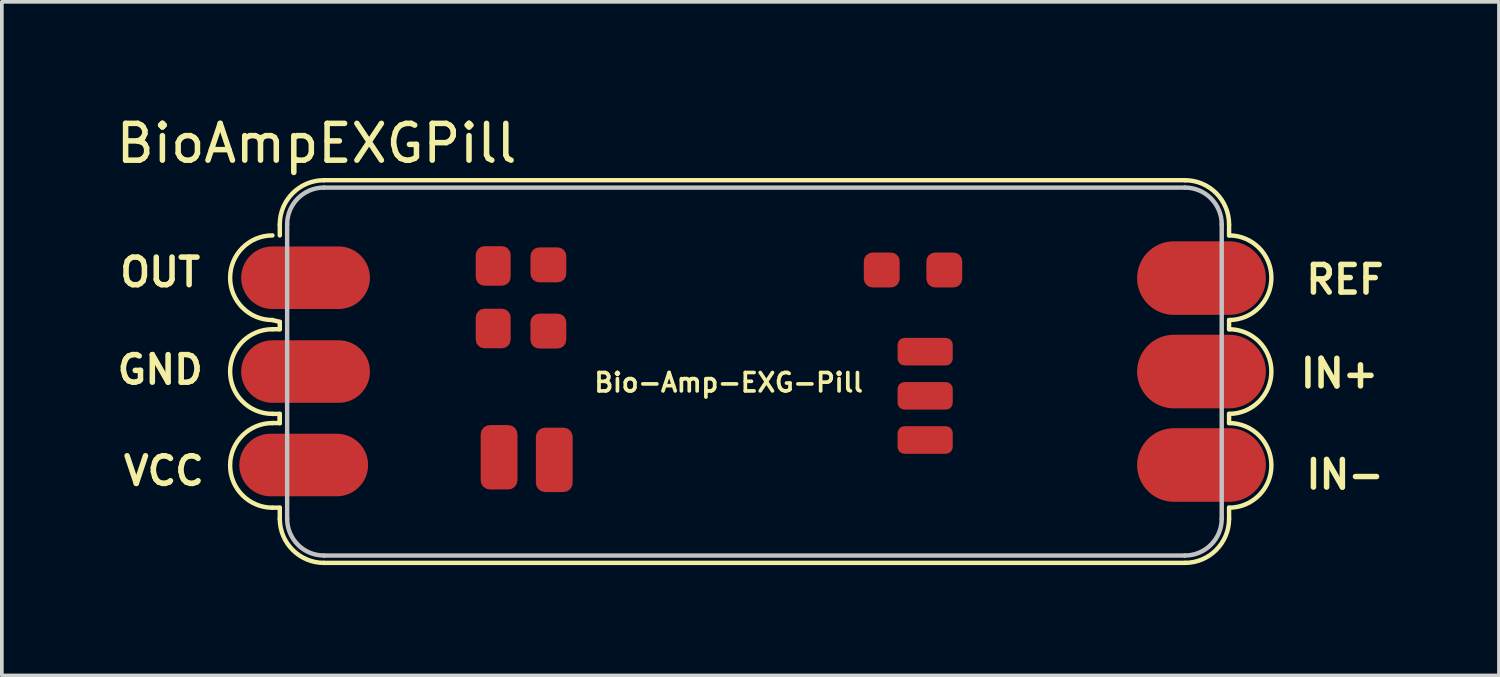
<source format=kicad_pcb>
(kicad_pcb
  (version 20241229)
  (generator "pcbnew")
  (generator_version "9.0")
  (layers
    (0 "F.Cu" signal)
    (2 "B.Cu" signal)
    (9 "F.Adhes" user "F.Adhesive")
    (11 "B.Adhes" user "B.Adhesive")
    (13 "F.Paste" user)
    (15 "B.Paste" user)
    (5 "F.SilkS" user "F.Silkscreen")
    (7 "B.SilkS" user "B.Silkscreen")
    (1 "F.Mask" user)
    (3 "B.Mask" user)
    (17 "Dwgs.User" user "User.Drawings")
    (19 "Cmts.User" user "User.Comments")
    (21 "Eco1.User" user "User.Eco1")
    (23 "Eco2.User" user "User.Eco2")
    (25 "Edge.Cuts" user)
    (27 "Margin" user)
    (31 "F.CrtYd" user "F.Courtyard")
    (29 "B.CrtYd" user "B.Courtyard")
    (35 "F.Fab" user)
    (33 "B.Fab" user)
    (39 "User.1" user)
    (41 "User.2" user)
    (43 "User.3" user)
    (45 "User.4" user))
  (footprint "BioAmpEXGPill"
    (layer "F.Cu")
    (at 4.754 12.048)
    (property "Reference" "BioAmpEXGPill" (at 0.8 -11.2 0) (layer "F.SilkS") (effects (font (size 1 1) (thickness 0.15))))
    (attr through_hole)
    (fp_line (start -0.4 -6.4) (end -0.2 -6.35) (stroke (width 0.12) (type solid)) (layer "F.SilkS"))
    (fp_line (start -0.4 -6.15) (end -0.2 -6.15) (stroke (width 0.12) (type solid)) (layer "F.SilkS"))
    (fp_line (start -0.4 -3.85) (end -0.2 -3.85) (stroke (width 0.12) (type solid)) (layer "F.SilkS"))
    (fp_line (start -0.4 -3.6) (end -0.2 -3.6) (stroke (width 0.12) (type solid)) (layer "F.SilkS"))
    (fp_line (start -0.2 -9) (end -0.2 -8.7) (stroke (width 0.12) (type solid)) (layer "F.SilkS"))
    (fp_line (start -0.2 -6.35) (end -0.2 -6.15) (stroke (width 0.12) (type solid)) (layer "F.SilkS"))
    (fp_line (start -0.2 -3.85) (end -0.2 -3.6) (stroke (width 0.12) (type solid)) (layer "F.SilkS"))
    (fp_line (start -0.2 -3.6) (end -0.2 -3.8) (stroke (width 0.12) (type solid)) (layer "F.SilkS"))
    (fp_line (start -0.2 -1.3) (end -0.4 -1.3) (stroke (width 0.12) (type solid)) (layer "F.SilkS"))
    (fp_line (start -0.2 -1.3) (end -0.2 -1) (stroke (width 0.12) (type solid)) (layer "F.SilkS"))
    (fp_line (start 24.4 -10.2) (end 1 -10.2) (stroke (width 0.12) (type solid)) (layer "F.SilkS"))
    (fp_line (start 24.4 0.2) (end 1 0.2) (stroke (width 0.12) (type solid)) (layer "F.SilkS"))
    (fp_line (start 25.6 -9) (end 25.6 -8.7) (stroke (width 0.12) (type solid)) (layer "F.SilkS"))
    (fp_line (start 25.6 -6.4) (end 25.6 -6.15) (stroke (width 0.12) (type solid)) (layer "F.SilkS"))
    (fp_line (start 25.6 -3.85) (end 25.6 -3.6) (stroke (width 0.12) (type solid)) (layer "F.SilkS"))
    (fp_line (start 25.6 -1.3) (end 25.6 -1) (stroke (width 0.12) (type solid)) (layer "F.SilkS"))
    (fp_arc (start -0.4 -6.4) (mid -1.55 -7.55) (end -0.4 -8.7) (stroke (width 0.12) (type solid)) (layer "F.SilkS"))
    (fp_arc (start -0.4 -3.85) (mid -1.55 -5) (end -0.4 -6.15) (stroke (width 0.12) (type solid)) (layer "F.SilkS"))
    (fp_arc (start -0.4 -1.3) (mid -1.55 -2.45) (end -0.4 -3.6) (stroke (width 0.12) (type solid)) (layer "F.SilkS"))
    (fp_arc (start -0.2 -9) (mid 0.151472 -9.848528) (end 1 -10.2) (stroke (width 0.12) (type solid)) (layer "F.SilkS"))
    (fp_arc (start 1 0.2) (mid 0.151472 -0.151472) (end -0.2 -1) (stroke (width 0.12) (type solid)) (layer "F.SilkS"))
    (fp_arc (start 24.4 -10.2) (mid 25.248528 -9.848528) (end 25.6 -9) (stroke (width 0.12) (type solid)) (layer "F.SilkS"))
    (fp_arc (start 25.6 -8.7) (mid 26.75 -7.55) (end 25.6 -6.4) (stroke (width 0.12) (type solid)) (layer "F.SilkS"))
    (fp_arc (start 25.6 -6.15) (mid 26.75 -5) (end 25.6 -3.85) (stroke (width 0.12) (type solid)) (layer "F.SilkS"))
    (fp_arc (start 25.6 -3.6) (mid 26.75 -2.45) (end 25.6 -1.3) (stroke (width 0.12) (type solid)) (layer "F.SilkS"))
    (fp_arc (start 25.6 -1) (mid 25.248528 -0.151472) (end 24.4 0.2) (stroke (width 0.12) (type solid)) (layer "F.SilkS"))
    (fp_line (start 0 -1) (end 0 -9) (stroke (width 0.12) (type solid)) (layer "Dwgs.User"))
    (fp_line (start 1 -10) (end 24.4 -10) (stroke (width 0.12) (type solid)) (layer "Dwgs.User"))
    (fp_line (start 1 0) (end 24.4 0) (stroke (width 0.12) (type solid)) (layer "Dwgs.User"))
    (fp_line (start 25.4 -1) (end 25.4 -9) (stroke (width 0.12) (type solid)) (layer "Dwgs.User"))
    (fp_arc (start 0 -9) (mid 0.292893 -9.707107) (end 1 -10) (stroke (width 0.12) (type solid)) (layer "Dwgs.User"))
    (fp_arc (start 1 0) (mid 0.292893 -0.292893) (end 0 -1) (stroke (width 0.12) (type solid)) (layer "Dwgs.User"))
    (fp_arc (start 24.4 -10) (mid 25.107107 -9.707107) (end 25.4 -9) (stroke (width 0.12) (type solid)) (layer "Dwgs.User"))
    (fp_arc (start 25.4 -1) (mid 25.107107 -0.292893) (end 24.4 0) (stroke (width 0.12) (type solid)) (layer "Dwgs.User"))
    (fp_text user "VCC" (at -3.35 -2.3 0) (layer "F.SilkS") (effects (font (size 0.75 0.75) (thickness 0.15))))
    (fp_text user "Bio-Amp-EXG-Pill" (at 12 -4.7 0) (layer "F.SilkS") (effects (font (size 0.5 0.5) (thickness 0.1))))
    (fp_text user "OUT" (at -3.45 -7.7 0) (layer "F.SilkS") (effects (font (size 0.75 0.75) (thickness 0.15))))
    (fp_text user "IN+" (at 28.6 -4.95 0) (layer "F.SilkS") (effects (font (size 0.75 0.75) (thickness 0.15))))
    (fp_text user "IN-" (at 28.75 -2.2 0) (layer "F.SilkS") (effects (font (size 0.75 0.75) (thickness 0.15))))
    (fp_text user "GND" (at -3.45 -5.05 0) (layer "F.SilkS") (effects (font (size 0.75 0.75) (thickness 0.15))))
    (fp_text user "REF" (at 28.75 -7.5 0) (layer "F.SilkS") (effects (font (size 0.75 0.75) (thickness 0.15))))
    (pad "1" smd oval (at -0.25 -7.55) (size 3.5 1.7) (drill (offset 0.75 0)) (layers "F.Cu" "F.Mask" "F.Paste"))
    (pad "2" smd oval (at -0.25 -5) (size 3.5 1.7) (drill (offset 0.75 0)) (layers "F.Cu" "F.Mask" "F.Paste"))
    (pad "3" smd oval (at -0.3 -2.46) (size 3.5 1.7) (drill (offset 0.75 0)) (layers "F.Cu" "F.Mask" "F.Paste"))
    (pad "4" smd oval (at 25.6 -7.54) (size 3.5 2) (drill (offset -0.75 0)) (layers "F.Cu" "F.Mask" "F.Paste"))
    (pad "5" smd oval (at 25.6 -5) (size 3.5 2) (drill (offset -0.75 0)) (layers "F.Cu" "F.Mask" "F.Paste"))
    (pad "6" smd oval (at 25.6 -2.46) (size 3.5 2) (drill (offset -0.75 0)) (layers "F.Cu" "F.Mask" "F.Paste"))
    (pad "7" smd roundrect (at 5.6 -7.87 90) (size 1.075 0.95) (layers "F.Cu" "F.Mask" "F.Paste") (roundrect_rratio 0.25))
    (pad "8" smd roundrect (at 5.6 -6.17 90) (size 1.075 0.95) (layers "F.Cu" "F.Mask" "F.Paste") (roundrect_rratio 0.25))
    (pad "9" smd roundrect (at 7.1 -7.9) (size 0.975 0.95) (layers "F.Cu" "F.Mask" "F.Paste") (roundrect_rratio 0.25))
    (pad "10" smd roundrect (at 7.1 -6.1) (size 0.975 0.95) (layers "F.Cu" "F.Mask" "F.Paste") (roundrect_rratio 0.25))
    (pad "11" smd roundrect (at 5.76 -2.67 90) (size 1.75 1) (layers "F.Cu" "F.Mask" "F.Paste") (roundrect_rratio 0.25))
    (pad "12" smd roundrect (at 7.26 -2.6 90) (size 1.75 1) (layers "F.Cu" "F.Mask" "F.Paste") (roundrect_rratio 0.25))
    (pad "13" smd roundrect (at 16.16 -7.76) (size 0.975 0.95) (layers "F.Cu" "F.Mask" "F.Paste") (roundrect_rratio 0.25))
    (pad "14" smd roundrect (at 17.86 -7.76) (size 0.975 0.95) (layers "F.Cu" "F.Mask" "F.Paste") (roundrect_rratio 0.25))
    (pad "15" smd roundrect (at 17.34 -5.54 180) (size 1.5 0.75) (layers "F.Cu" "F.Mask" "F.Paste") (roundrect_rratio 0.25))
    (pad "16" smd roundrect (at 17.34 -4.34 180) (size 1.5 0.75) (layers "F.Cu" "F.Mask" "F.Paste") (roundrect_rratio 0.25))
    (pad "17" smd roundrect (at 17.34 -3.14 180) (size 1.5 0.75) (layers "F.Cu" "F.Mask" "F.Paste") (roundrect_rratio 0.25)))
  (gr_rect
    (start -3 -3)
    (end 37.689 15.308)
    (stroke (width 0.1) (type default))
    (fill no)
    (layer "Edge.Cuts")))
</source>
